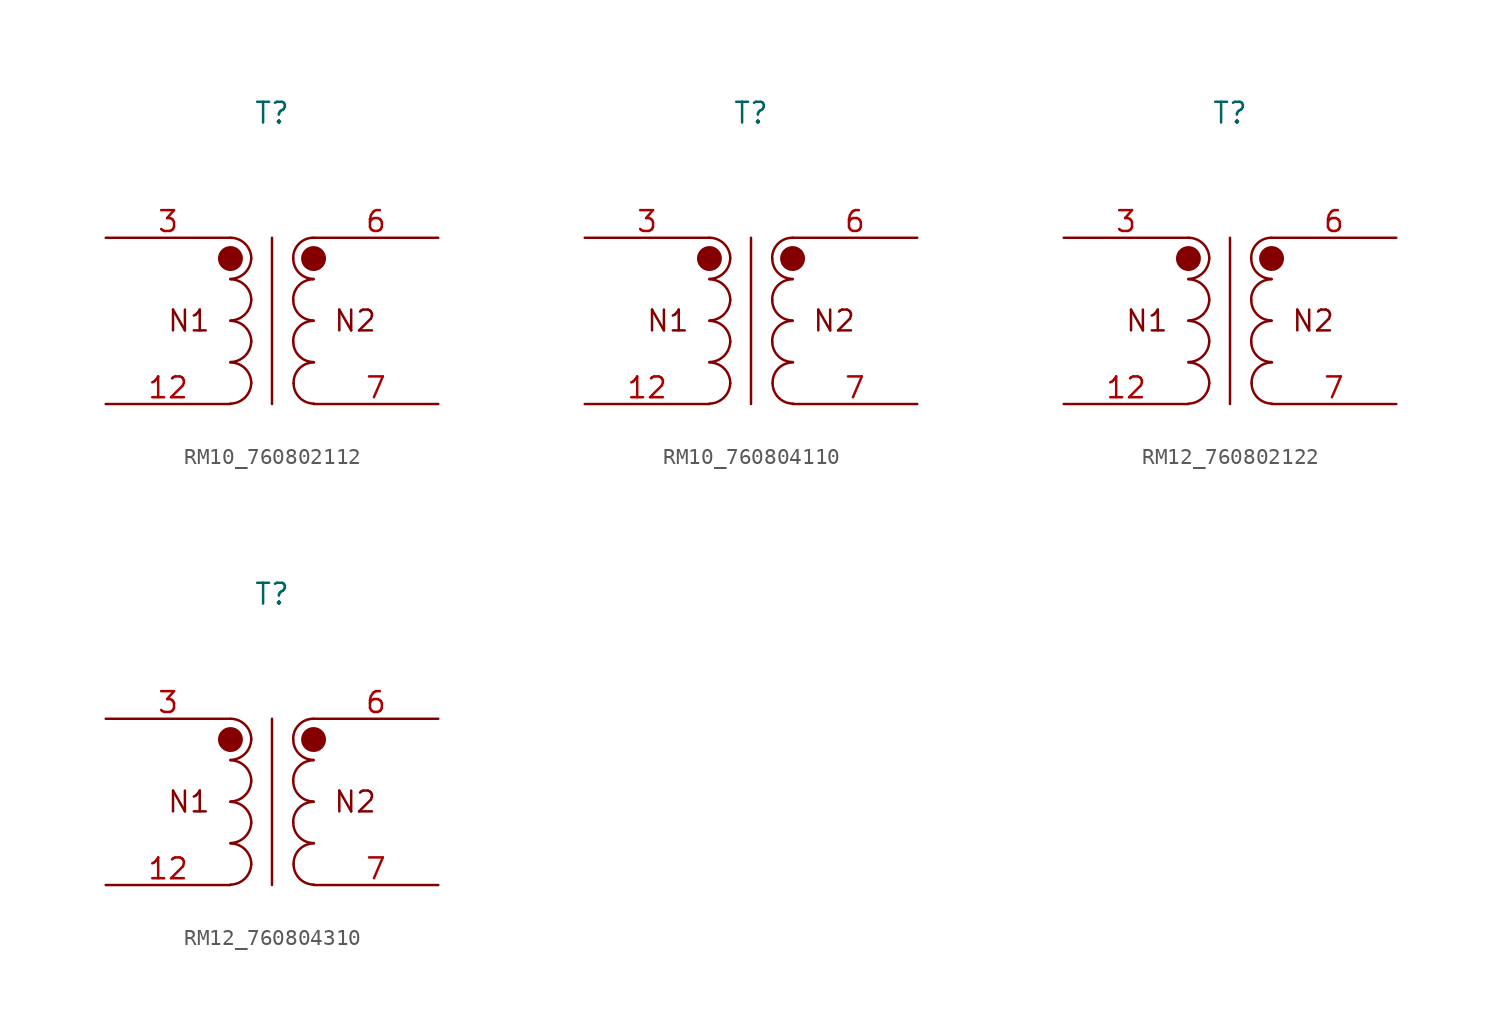
<source format=kicad_sym>
(kicad_symbol_lib
  (version 20220914)
  (generator kicad_symbol_editor)
  (symbol "RM10_760802112"
    (pin_names hide)
    (property "Reference" "T"
      (at 0 12.7 0)
      (effects (font (size 1.27 1.27))))
    (property "Critical Parameter" ""
      (at 0 -5.08 0)
      (effects (font (size 1.27 1.27)) (justify left)))
    (symbol "RM10_760802112_0_1"
      (arc (start -2.54 -5.0546) (mid -1.6599 -4.6901) (end -1.27 -3.81) (stroke (width 0) (type default)) (fill (type none)))
      (arc (start -2.54 -2.5146) (mid -1.6599 -2.1501) (end -1.27 -1.27) (stroke (width 0) (type default)) (fill (type none)))
      (arc (start -2.54 0.0254) (mid -1.6599 0.3899) (end -1.27 1.27) (stroke (width 0) (type default)) (fill (type none)))
      (arc (start -2.54 2.5654) (mid -1.6599 2.9299) (end -1.27 3.81) (stroke (width 0) (type default)) (fill (type none)))
      (arc (start -1.27 -3.81) (mid -1.642 -2.912) (end -2.54 -2.54) (stroke (width 0) (type default)) (fill (type none)))
      (arc (start -1.27 -1.27) (mid -1.642 -0.372) (end -2.54 0) (stroke (width 0) (type default)) (fill (type none)))
      (arc (start -1.27 1.27) (mid -1.642 2.168) (end -2.54 2.54) (stroke (width 0) (type default)) (fill (type none)))
      (arc (start -1.27 3.81) (mid -1.642 4.708) (end -2.54 5.08) (stroke (width 0) (type default)) (fill (type none)))
      (polyline (pts (xy 0 5.08) (xy 0 -5.08)) (stroke (width 0) (type default)) (fill (type none)))
      (arc (start 1.2954 -1.27) (mid 1.6599 -2.1501) (end 2.54 -2.5146) (stroke (width 0) (type default)) (fill (type none)))
      (arc (start 1.2954 1.27) (mid 1.6599 0.3899) (end 2.54 0.0254) (stroke (width 0) (type default)) (fill (type none)))
      (arc (start 1.2954 3.81) (mid 1.6599 2.9299) (end 2.54 2.5654) (stroke (width 0) (type default)) (fill (type none)))
      (arc (start 1.3208 -3.81) (mid 1.6853 -4.6901) (end 2.5654 -5.0546) (stroke (width 0) (type default)) (fill (type none)))
      (arc (start 2.54 0) (mid 1.642 -0.372) (end 1.2954 -1.27) (stroke (width 0) (type default)) (fill (type none)))
      (arc (start 2.54 2.54) (mid 1.642 2.168) (end 1.2954 1.27) (stroke (width 0) (type default)) (fill (type none)))
      (arc (start 2.54 5.08) (mid 1.642 4.708) (end 1.2954 3.81) (stroke (width 0) (type default)) (fill (type none)))
      (arc (start 2.5654 -2.54) (mid 1.6674 -2.912) (end 1.3208 -3.81) (stroke (width 0) (type default)) (fill (type none))))
    (symbol "RM10_760802112_1_1"
      (circle (center -2.54 3.81) (radius 0.0001) (stroke (width 0.762) (type default)) (fill (type none)))
      (circle (center 2.54 3.81) (radius 0.0001) (stroke (width 0.762) (type default)) (fill (type none)))
      (text "N1" (at -5.08 0 0) (effects (font (size 1.27 1.27))))
      (text "N2" (at 5.08 0 0) (effects (font (size 1.27 1.27))))
      (pin passive line (at -10.16 -5.08 0) (length 7.62) (name "12" (effects (font (size 1.27 1.27)))) (number "12" (effects (font (size 1.27 1.27)))))
      (pin passive line (at -10.16 5.08 0) (length 7.62) (name "3" (effects (font (size 1.27 1.27)))) (number "3" (effects (font (size 1.27 1.27)))))
      (pin passive line (at 10.16 5.08 180) (length 7.62) (name "6" (effects (font (size 1.27 1.27)))) (number "6" (effects (font (size 1.27 1.27)))))
      (pin passive line (at 10.16 -5.08 180) (length 7.62) (name "7" (effects (font (size 1.27 1.27)))) (number "7" (effects (font (size 1.27 1.27)))))))
  (symbol "RM10_760804110"
    (pin_names hide)
    (property "Reference" "T"
      (at 0 12.7 0)
      (effects (font (size 1.27 1.27))))
    (property "Critical Parameter" ""
      (at 0 -5.08 0)
      (effects (font (size 1.27 1.27)) (justify left)))
    (symbol "RM10_760804110_0_1"
      (arc (start -2.54 -5.0546) (mid -1.6599 -4.6901) (end -1.27 -3.81) (stroke (width 0) (type default)) (fill (type none)))
      (arc (start -2.54 -2.5146) (mid -1.6599 -2.1501) (end -1.27 -1.27) (stroke (width 0) (type default)) (fill (type none)))
      (arc (start -2.54 0.0254) (mid -1.6599 0.3899) (end -1.27 1.27) (stroke (width 0) (type default)) (fill (type none)))
      (arc (start -2.54 2.5654) (mid -1.6599 2.9299) (end -1.27 3.81) (stroke (width 0) (type default)) (fill (type none)))
      (arc (start -1.27 -3.81) (mid -1.642 -2.912) (end -2.54 -2.54) (stroke (width 0) (type default)) (fill (type none)))
      (arc (start -1.27 -1.27) (mid -1.642 -0.372) (end -2.54 0) (stroke (width 0) (type default)) (fill (type none)))
      (arc (start -1.27 1.27) (mid -1.642 2.168) (end -2.54 2.54) (stroke (width 0) (type default)) (fill (type none)))
      (arc (start -1.27 3.81) (mid -1.642 4.708) (end -2.54 5.08) (stroke (width 0) (type default)) (fill (type none)))
      (polyline (pts (xy 0 5.08) (xy 0 -5.08)) (stroke (width 0) (type default)) (fill (type none)))
      (arc (start 1.2954 -1.27) (mid 1.6599 -2.1501) (end 2.54 -2.5146) (stroke (width 0) (type default)) (fill (type none)))
      (arc (start 1.2954 1.27) (mid 1.6599 0.3899) (end 2.54 0.0254) (stroke (width 0) (type default)) (fill (type none)))
      (arc (start 1.2954 3.81) (mid 1.6599 2.9299) (end 2.54 2.5654) (stroke (width 0) (type default)) (fill (type none)))
      (arc (start 1.3208 -3.81) (mid 1.6853 -4.6901) (end 2.5654 -5.0546) (stroke (width 0) (type default)) (fill (type none)))
      (arc (start 2.54 0) (mid 1.642 -0.372) (end 1.2954 -1.27) (stroke (width 0) (type default)) (fill (type none)))
      (arc (start 2.54 2.54) (mid 1.642 2.168) (end 1.2954 1.27) (stroke (width 0) (type default)) (fill (type none)))
      (arc (start 2.54 5.08) (mid 1.642 4.708) (end 1.2954 3.81) (stroke (width 0) (type default)) (fill (type none)))
      (arc (start 2.5654 -2.54) (mid 1.6674 -2.912) (end 1.3208 -3.81) (stroke (width 0) (type default)) (fill (type none))))
    (symbol "RM10_760804110_1_1"
      (circle (center -2.54 3.81) (radius 0.0001) (stroke (width 0.762) (type default)) (fill (type none)))
      (circle (center 2.54 3.81) (radius 0.0001) (stroke (width 0.762) (type default)) (fill (type none)))
      (text "N1" (at -5.08 0 0) (effects (font (size 1.27 1.27))))
      (text "N2" (at 5.08 0 0) (effects (font (size 1.27 1.27))))
      (pin passive line (at -10.16 -5.08 0) (length 7.62) (name "12" (effects (font (size 1.27 1.27)))) (number "12" (effects (font (size 1.27 1.27)))))
      (pin passive line (at -10.16 5.08 0) (length 7.62) (name "3" (effects (font (size 1.27 1.27)))) (number "3" (effects (font (size 1.27 1.27)))))
      (pin passive line (at 10.16 5.08 180) (length 7.62) (name "6" (effects (font (size 1.27 1.27)))) (number "6" (effects (font (size 1.27 1.27)))))
      (pin passive line (at 10.16 -5.08 180) (length 7.62) (name "7" (effects (font (size 1.27 1.27)))) (number "7" (effects (font (size 1.27 1.27)))))))
  (symbol "RM12_760802122"
    (pin_names hide)
    (property "Reference" "T"
      (at 0 12.7 0)
      (effects (font (size 1.27 1.27))))
    (property "Critical Parameter" ""
      (at 0 -5.08 0)
      (effects (font (size 1.27 1.27)) (justify left)))
    (symbol "RM12_760802122_0_1"
      (arc (start -2.54 -5.0546) (mid -1.6599 -4.6901) (end -1.27 -3.81) (stroke (width 0) (type default)) (fill (type none)))
      (arc (start -2.54 -2.5146) (mid -1.6599 -2.1501) (end -1.27 -1.27) (stroke (width 0) (type default)) (fill (type none)))
      (arc (start -2.54 0.0254) (mid -1.6599 0.3899) (end -1.27 1.27) (stroke (width 0) (type default)) (fill (type none)))
      (arc (start -2.54 2.5654) (mid -1.6599 2.9299) (end -1.27 3.81) (stroke (width 0) (type default)) (fill (type none)))
      (arc (start -1.27 -3.81) (mid -1.642 -2.912) (end -2.54 -2.54) (stroke (width 0) (type default)) (fill (type none)))
      (arc (start -1.27 -1.27) (mid -1.642 -0.372) (end -2.54 0) (stroke (width 0) (type default)) (fill (type none)))
      (arc (start -1.27 1.27) (mid -1.642 2.168) (end -2.54 2.54) (stroke (width 0) (type default)) (fill (type none)))
      (arc (start -1.27 3.81) (mid -1.642 4.708) (end -2.54 5.08) (stroke (width 0) (type default)) (fill (type none)))
      (polyline (pts (xy 0 5.08) (xy 0 -5.08)) (stroke (width 0) (type default)) (fill (type none)))
      (arc (start 1.2954 -1.27) (mid 1.6599 -2.1501) (end 2.54 -2.5146) (stroke (width 0) (type default)) (fill (type none)))
      (arc (start 1.2954 1.27) (mid 1.6599 0.3899) (end 2.54 0.0254) (stroke (width 0) (type default)) (fill (type none)))
      (arc (start 1.2954 3.81) (mid 1.6599 2.9299) (end 2.54 2.5654) (stroke (width 0) (type default)) (fill (type none)))
      (arc (start 1.3208 -3.81) (mid 1.6853 -4.6901) (end 2.5654 -5.0546) (stroke (width 0) (type default)) (fill (type none)))
      (arc (start 2.54 0) (mid 1.642 -0.372) (end 1.2954 -1.27) (stroke (width 0) (type default)) (fill (type none)))
      (arc (start 2.54 2.54) (mid 1.642 2.168) (end 1.2954 1.27) (stroke (width 0) (type default)) (fill (type none)))
      (arc (start 2.54 5.08) (mid 1.642 4.708) (end 1.2954 3.81) (stroke (width 0) (type default)) (fill (type none)))
      (arc (start 2.5654 -2.54) (mid 1.6674 -2.912) (end 1.3208 -3.81) (stroke (width 0) (type default)) (fill (type none))))
    (symbol "RM12_760802122_1_1"
      (circle (center -2.54 3.81) (radius 0.0001) (stroke (width 0.762) (type default)) (fill (type none)))
      (circle (center 2.54 3.81) (radius 0.0001) (stroke (width 0.762) (type default)) (fill (type none)))
      (text "N1" (at -5.08 0 0) (effects (font (size 1.27 1.27))))
      (text "N2" (at 5.08 0 0) (effects (font (size 1.27 1.27))))
      (pin passive line (at -10.16 -5.08 0) (length 7.62) (name "12" (effects (font (size 1.27 1.27)))) (number "12" (effects (font (size 1.27 1.27)))))
      (pin passive line (at -10.16 5.08 0) (length 7.62) (name "3" (effects (font (size 1.27 1.27)))) (number "3" (effects (font (size 1.27 1.27)))))
      (pin passive line (at 10.16 5.08 180) (length 7.62) (name "6" (effects (font (size 1.27 1.27)))) (number "6" (effects (font (size 1.27 1.27)))))
      (pin passive line (at 10.16 -5.08 180) (length 7.62) (name "7" (effects (font (size 1.27 1.27)))) (number "7" (effects (font (size 1.27 1.27)))))))
  (symbol "RM12_760804310"
    (pin_names hide)
    (property "Reference" "T"
      (at 0 12.7 0)
      (effects (font (size 1.27 1.27))))
    (property "Critical Parameter" ""
      (at 0 -5.08 0)
      (effects (font (size 1.27 1.27)) (justify left)))
    (symbol "RM12_760804310_0_1"
      (arc (start -2.54 -5.0546) (mid -1.6599 -4.6901) (end -1.27 -3.81) (stroke (width 0) (type default)) (fill (type none)))
      (arc (start -2.54 -2.5146) (mid -1.6599 -2.1501) (end -1.27 -1.27) (stroke (width 0) (type default)) (fill (type none)))
      (arc (start -2.54 0.0254) (mid -1.6599 0.3899) (end -1.27 1.27) (stroke (width 0) (type default)) (fill (type none)))
      (arc (start -2.54 2.5654) (mid -1.6599 2.9299) (end -1.27 3.81) (stroke (width 0) (type default)) (fill (type none)))
      (arc (start -1.27 -3.81) (mid -1.642 -2.912) (end -2.54 -2.54) (stroke (width 0) (type default)) (fill (type none)))
      (arc (start -1.27 -1.27) (mid -1.642 -0.372) (end -2.54 0) (stroke (width 0) (type default)) (fill (type none)))
      (arc (start -1.27 1.27) (mid -1.642 2.168) (end -2.54 2.54) (stroke (width 0) (type default)) (fill (type none)))
      (arc (start -1.27 3.81) (mid -1.642 4.708) (end -2.54 5.08) (stroke (width 0) (type default)) (fill (type none)))
      (polyline (pts (xy 0 5.08) (xy 0 -5.08)) (stroke (width 0) (type default)) (fill (type none)))
      (arc (start 1.2954 -1.27) (mid 1.6599 -2.1501) (end 2.54 -2.5146) (stroke (width 0) (type default)) (fill (type none)))
      (arc (start 1.2954 1.27) (mid 1.6599 0.3899) (end 2.54 0.0254) (stroke (width 0) (type default)) (fill (type none)))
      (arc (start 1.2954 3.81) (mid 1.6599 2.9299) (end 2.54 2.5654) (stroke (width 0) (type default)) (fill (type none)))
      (arc (start 1.3208 -3.81) (mid 1.6853 -4.6901) (end 2.5654 -5.0546) (stroke (width 0) (type default)) (fill (type none)))
      (arc (start 2.54 0) (mid 1.642 -0.372) (end 1.2954 -1.27) (stroke (width 0) (type default)) (fill (type none)))
      (arc (start 2.54 2.54) (mid 1.642 2.168) (end 1.2954 1.27) (stroke (width 0) (type default)) (fill (type none)))
      (arc (start 2.54 5.08) (mid 1.642 4.708) (end 1.2954 3.81) (stroke (width 0) (type default)) (fill (type none)))
      (arc (start 2.5654 -2.54) (mid 1.6674 -2.912) (end 1.3208 -3.81) (stroke (width 0) (type default)) (fill (type none))))
    (symbol "RM12_760804310_1_1"
      (circle (center -2.54 3.81) (radius 0.0001) (stroke (width 0.762) (type default)) (fill (type none)))
      (circle (center 2.54 3.81) (radius 0.0001) (stroke (width 0.762) (type default)) (fill (type none)))
      (text "N1" (at -5.08 0 0) (effects (font (size 1.27 1.27))))
      (text "N2" (at 5.08 0 0) (effects (font (size 1.27 1.27))))
      (pin passive line (at -10.16 -5.08 0) (length 7.62) (name "12" (effects (font (size 1.27 1.27)))) (number "12" (effects (font (size 1.27 1.27)))))
      (pin passive line (at -10.16 5.08 0) (length 7.62) (name "3" (effects (font (size 1.27 1.27)))) (number "3" (effects (font (size 1.27 1.27)))))
      (pin passive line (at 10.16 5.08 180) (length 7.62) (name "6" (effects (font (size 1.27 1.27)))) (number "6" (effects (font (size 1.27 1.27)))))
      (pin passive line (at 10.16 -5.08 180) (length 7.62) (name "7" (effects (font (size 1.27 1.27)))) (number "7" (effects (font (size 1.27 1.27))))))))
</source>
